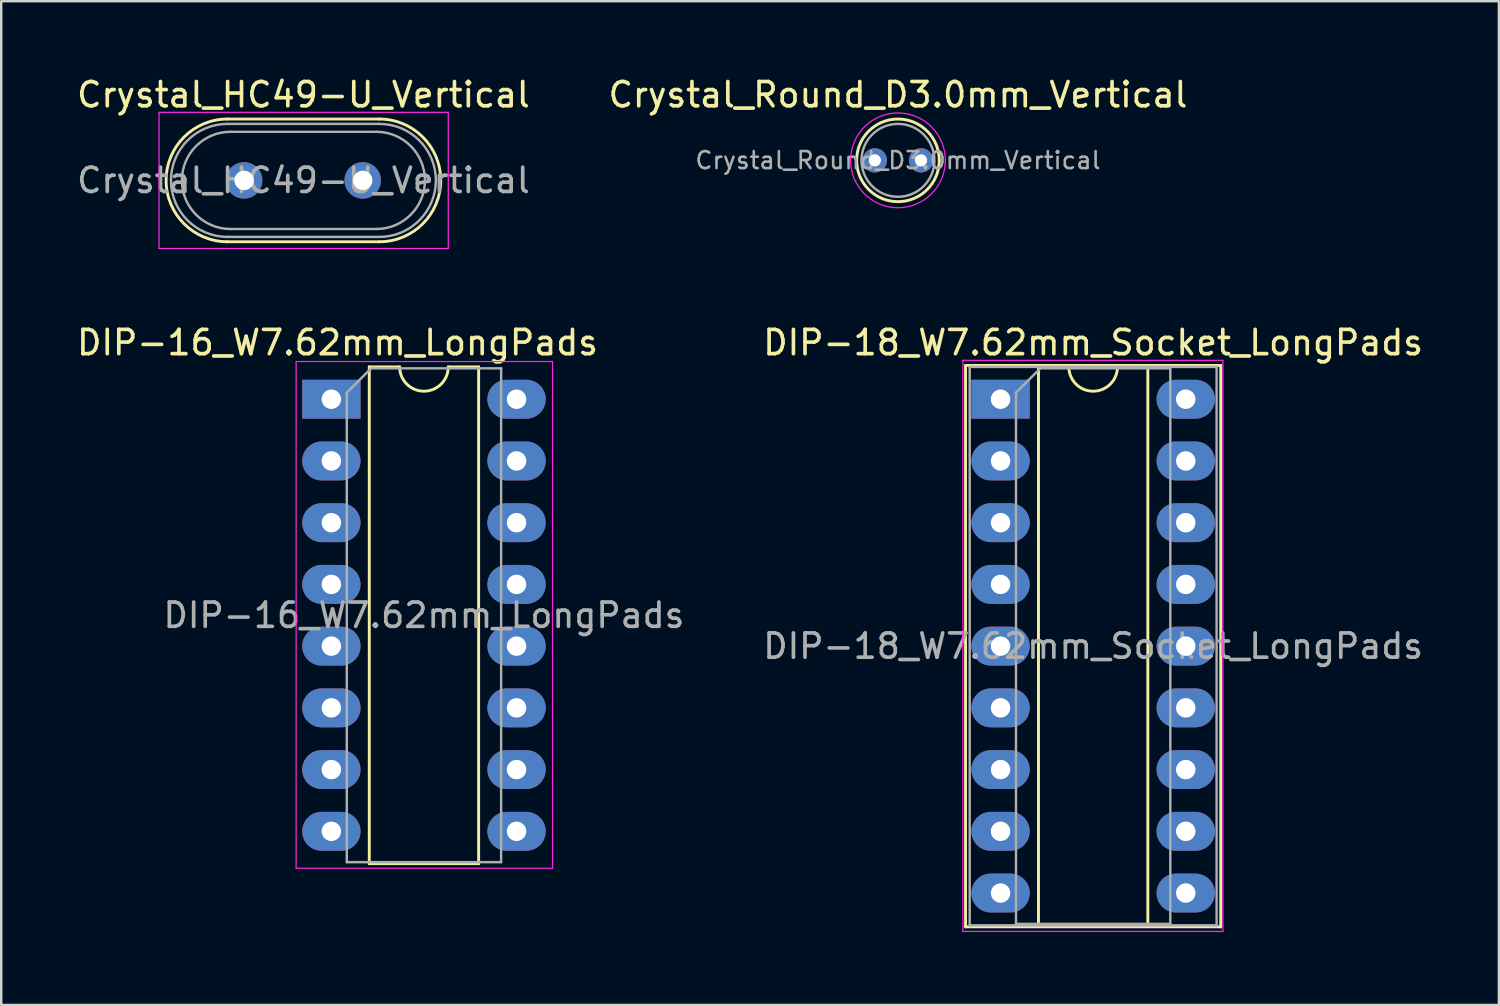
<source format=kicad_pcb>
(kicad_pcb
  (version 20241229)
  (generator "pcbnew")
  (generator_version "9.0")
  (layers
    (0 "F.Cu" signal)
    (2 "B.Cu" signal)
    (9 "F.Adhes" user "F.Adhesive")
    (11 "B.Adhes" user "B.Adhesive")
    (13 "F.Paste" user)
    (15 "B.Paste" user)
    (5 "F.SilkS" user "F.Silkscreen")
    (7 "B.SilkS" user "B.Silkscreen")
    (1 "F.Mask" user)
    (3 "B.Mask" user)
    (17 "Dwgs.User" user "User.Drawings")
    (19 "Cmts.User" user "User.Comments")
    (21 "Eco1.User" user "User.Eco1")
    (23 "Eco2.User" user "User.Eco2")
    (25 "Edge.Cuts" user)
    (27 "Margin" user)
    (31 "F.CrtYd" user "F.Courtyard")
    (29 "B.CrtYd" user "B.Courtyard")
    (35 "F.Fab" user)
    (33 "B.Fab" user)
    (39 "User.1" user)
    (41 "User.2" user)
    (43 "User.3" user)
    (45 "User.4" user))
  (footprint "DIP-16_W7.62mm_LongPads"
    (layer "F.Cu")
    (at 10.585 13.377)
    (property "Reference" "DIP-16_W7.62mm_LongPads" (at 0.254 -2.33 180) (layer "F.SilkS") (effects (font (size 1 1) (thickness 0.15))))
    (attr through_hole)
    (fp_line (start 1.56 -1.33) (end 1.56 19.11) (stroke (width 0.12) (type solid)) (layer "F.SilkS"))
    (fp_line (start 1.56 19.11) (end 6.06 19.11) (stroke (width 0.12) (type solid)) (layer "F.SilkS"))
    (fp_line (start 2.81 -1.33) (end 1.56 -1.33) (stroke (width 0.12) (type solid)) (layer "F.SilkS"))
    (fp_line (start 6.06 -1.33) (end 4.81 -1.33) (stroke (width 0.12) (type solid)) (layer "F.SilkS"))
    (fp_line (start 6.06 19.11) (end 6.06 -1.33) (stroke (width 0.12) (type solid)) (layer "F.SilkS"))
    (fp_arc (start 4.81 -1.33) (mid 3.81 -0.33) (end 2.81 -1.33) (stroke (width 0.12) (type solid)) (layer "F.SilkS"))
    (fp_line (start -1.45 -1.55) (end -1.45 19.3) (stroke (width 0.05) (type solid)) (layer "F.CrtYd"))
    (fp_line (start -1.45 19.3) (end 9.1 19.3) (stroke (width 0.05) (type solid)) (layer "F.CrtYd"))
    (fp_line (start 9.1 -1.55) (end -1.45 -1.55) (stroke (width 0.05) (type solid)) (layer "F.CrtYd"))
    (fp_line (start 9.1 19.3) (end 9.1 -1.55) (stroke (width 0.05) (type solid)) (layer "F.CrtYd"))
    (fp_line (start 0.635 -0.27) (end 1.635 -1.27) (stroke (width 0.1) (type solid)) (layer "F.Fab"))
    (fp_line (start 0.635 19.05) (end 0.635 -0.27) (stroke (width 0.1) (type solid)) (layer "F.Fab"))
    (fp_line (start 1.635 -1.27) (end 6.985 -1.27) (stroke (width 0.1) (type solid)) (layer "F.Fab"))
    (fp_line (start 6.985 -1.27) (end 6.985 19.05) (stroke (width 0.1) (type solid)) (layer "F.Fab"))
    (fp_line (start 6.985 19.05) (end 0.635 19.05) (stroke (width 0.1) (type solid)) (layer "F.Fab"))
    (fp_text user "${REFERENCE}" (at 3.81 8.89 180) (layer "F.Fab") (effects (font (size 1 1) (thickness 0.15))))
    (pad "1" thru_hole rect (at 0 0) (size 2.4 1.6) (drill 0.8) (layers "*.Cu" "*.Mask"))
    (pad "2" thru_hole oval (at 0 2.54) (size 2.4 1.6) (drill 0.8) (layers "*.Cu" "*.Mask"))
    (pad "3" thru_hole oval (at 0 5.08) (size 2.4 1.6) (drill 0.8) (layers "*.Cu" "*.Mask"))
    (pad "4" thru_hole oval (at 0 7.62) (size 2.4 1.6) (drill 0.8) (layers "*.Cu" "*.Mask"))
    (pad "5" thru_hole oval (at 0 10.16) (size 2.4 1.6) (drill 0.8) (layers "*.Cu" "*.Mask"))
    (pad "6" thru_hole oval (at 0 12.7) (size 2.4 1.6) (drill 0.8) (layers "*.Cu" "*.Mask"))
    (pad "7" thru_hole oval (at 0 15.24) (size 2.4 1.6) (drill 0.8) (layers "*.Cu" "*.Mask"))
    (pad "8" thru_hole oval (at 0 17.78) (size 2.4 1.6) (drill 0.8) (layers "*.Cu" "*.Mask"))
    (pad "9" thru_hole oval (at 7.62 17.78) (size 2.4 1.6) (drill 0.8) (layers "*.Cu" "*.Mask"))
    (pad "10" thru_hole oval (at 7.62 15.24) (size 2.4 1.6) (drill 0.8) (layers "*.Cu" "*.Mask"))
    (pad "11" thru_hole oval (at 7.62 12.7) (size 2.4 1.6) (drill 0.8) (layers "*.Cu" "*.Mask"))
    (pad "12" thru_hole oval (at 7.62 10.16) (size 2.4 1.6) (drill 0.8) (layers "*.Cu" "*.Mask"))
    (pad "13" thru_hole oval (at 7.62 7.62) (size 2.4 1.6) (drill 0.8) (layers "*.Cu" "*.Mask"))
    (pad "14" thru_hole oval (at 7.62 5.08) (size 2.4 1.6) (drill 0.8) (layers "*.Cu" "*.Mask"))
    (pad "15" thru_hole oval (at 7.62 2.54) (size 2.4 1.6) (drill 0.8) (layers "*.Cu" "*.Mask"))
    (pad "16" thru_hole oval (at 7.62 0) (size 2.4 1.6) (drill 0.8) (layers "*.Cu" "*.Mask")))
  (footprint "Crystal_Round_D3.0mm_Vertical"
    (layer "F.Cu")
    (at 32.949 3.548)
    (property "Reference" "Crystal_Round_D3.0mm_Vertical" (at 0.95 -2.7 0) (layer "F.SilkS") (effects (font (size 1 1) (thickness 0.15))))
    (attr through_hole)
    (fp_arc (start -0.75 0) (mid 0.95 -1.7) (end 2.65 0) (stroke (width 0.12) (type solid)) (layer "F.SilkS"))
    (fp_arc (start 2.65 0) (mid 0.95 1.7) (end -0.75 0) (stroke (width 0.12) (type solid)) (layer "F.SilkS"))
    (fp_circle (center 0.95 0) (end 2.9 0) (stroke (width 0.05) (type solid)) (fill no) (layer "F.CrtYd"))
    (fp_circle (center 0.95 0) (end 2.45 0) (stroke (width 0.1) (type solid)) (fill no) (layer "F.Fab"))
    (fp_text user "${REFERENCE}" (at 0.95 0 0) (layer "F.Fab") (effects (font (size 0.7 0.7) (thickness 0.105))))
    (pad "1" thru_hole circle (at 0 0) (size 1 1) (drill 0.5) (layers "*.Cu" "*.Mask"))
    (pad "2" thru_hole circle (at 1.9 0) (size 1 1) (drill 0.5) (layers "*.Cu" "*.Mask")))
  (footprint "Crystal_HC49-U_Vertical"
    (layer "F.Cu")
    (at 6.995 4.373)
    (property "Reference" "Crystal_HC49-U_Vertical" (at 2.44 -3.525 0) (layer "F.SilkS") (effects (font (size 1 1) (thickness 0.15))))
    (attr through_hole)
    (fp_line (start -0.685 -2.525) (end 5.565 -2.525) (stroke (width 0.12) (type solid)) (layer "F.SilkS"))
    (fp_line (start -0.685 2.525) (end 5.565 2.525) (stroke (width 0.12) (type solid)) (layer "F.SilkS"))
    (fp_arc (start -0.685 2.525) (mid -3.21 0) (end -0.685 -2.525) (stroke (width 0.12) (type solid)) (layer "F.SilkS"))
    (fp_arc (start 5.565 -2.525) (mid 8.09 0) (end 5.565 2.525) (stroke (width 0.12) (type solid)) (layer "F.SilkS"))
    (fp_line (start -3.5 -2.8) (end -3.5 2.8) (stroke (width 0.05) (type solid)) (layer "F.CrtYd"))
    (fp_line (start -3.5 2.8) (end 8.4 2.8) (stroke (width 0.05) (type solid)) (layer "F.CrtYd"))
    (fp_line (start 8.4 -2.8) (end -3.5 -2.8) (stroke (width 0.05) (type solid)) (layer "F.CrtYd"))
    (fp_line (start 8.4 2.8) (end 8.4 -2.8) (stroke (width 0.05) (type solid)) (layer "F.CrtYd"))
    (fp_line (start -0.685 -2.325) (end 5.565 -2.325) (stroke (width 0.1) (type solid)) (layer "F.Fab"))
    (fp_line (start -0.685 2.325) (end 5.565 2.325) (stroke (width 0.1) (type solid)) (layer "F.Fab"))
    (fp_line (start -0.56 -2) (end 5.44 -2) (stroke (width 0.1) (type solid)) (layer "F.Fab"))
    (fp_line (start -0.56 2) (end 5.44 2) (stroke (width 0.1) (type solid)) (layer "F.Fab"))
    (fp_arc (start -0.685 2.325) (mid -3.01 0) (end -0.685 -2.325) (stroke (width 0.1) (type solid)) (layer "F.Fab"))
    (fp_arc (start -0.56 2) (mid -2.56 0) (end -0.56 -2) (stroke (width 0.1) (type solid)) (layer "F.Fab"))
    (fp_arc (start 5.44 -2) (mid 7.44 0) (end 5.44 2) (stroke (width 0.1) (type solid)) (layer "F.Fab"))
    (fp_arc (start 5.565 -2.325) (mid 7.89 0) (end 5.565 2.325) (stroke (width 0.1) (type solid)) (layer "F.Fab"))
    (fp_text user "${REFERENCE}" (at 2.44 0 0) (layer "F.Fab") (effects (font (size 1 1) (thickness 0.15))))
    (pad "1" thru_hole circle (at 0 0) (size 1.5 1.5) (drill 0.8) (layers "*.Cu" "*.Mask"))
    (pad "2" thru_hole circle (at 4.88 0) (size 1.5 1.5) (drill 0.8) (layers "*.Cu" "*.Mask")))
  (footprint "DIP-18_W7.62mm_Socket_LongPads"
    (layer "F.Cu")
    (at 38.121 13.377)
    (property "Reference" "DIP-18_W7.62mm_Socket_LongPads" (at 3.81 -2.33 180) (layer "F.SilkS") (effects (font (size 1 1) (thickness 0.15))))
    (attr through_hole)
    (fp_line (start -1.44 -1.39) (end -1.44 21.71) (stroke (width 0.12) (type solid)) (layer "F.SilkS"))
    (fp_line (start -1.44 21.71) (end 9.06 21.71) (stroke (width 0.12) (type solid)) (layer "F.SilkS"))
    (fp_line (start 1.56 -1.33) (end 1.56 21.65) (stroke (width 0.12) (type solid)) (layer "F.SilkS"))
    (fp_line (start 1.56 21.65) (end 6.06 21.65) (stroke (width 0.12) (type solid)) (layer "F.SilkS"))
    (fp_line (start 2.81 -1.33) (end 1.56 -1.33) (stroke (width 0.12) (type solid)) (layer "F.SilkS"))
    (fp_line (start 6.06 -1.33) (end 4.81 -1.33) (stroke (width 0.12) (type solid)) (layer "F.SilkS"))
    (fp_line (start 6.06 21.65) (end 6.06 -1.33) (stroke (width 0.12) (type solid)) (layer "F.SilkS"))
    (fp_line (start 9.06 -1.39) (end -1.44 -1.39) (stroke (width 0.12) (type solid)) (layer "F.SilkS"))
    (fp_line (start 9.06 21.71) (end 9.06 -1.39) (stroke (width 0.12) (type solid)) (layer "F.SilkS"))
    (fp_arc (start 4.81 -1.33) (mid 3.81 -0.33) (end 2.81 -1.33) (stroke (width 0.12) (type solid)) (layer "F.SilkS"))
    (fp_line (start -1.55 -1.6) (end -1.55 21.9) (stroke (width 0.05) (type solid)) (layer "F.CrtYd"))
    (fp_line (start -1.55 21.9) (end 9.15 21.9) (stroke (width 0.05) (type solid)) (layer "F.CrtYd"))
    (fp_line (start 9.15 -1.6) (end -1.55 -1.6) (stroke (width 0.05) (type solid)) (layer "F.CrtYd"))
    (fp_line (start 9.15 21.9) (end 9.15 -1.6) (stroke (width 0.05) (type solid)) (layer "F.CrtYd"))
    (fp_line (start -1.27 -1.33) (end -1.27 21.65) (stroke (width 0.1) (type solid)) (layer "F.Fab"))
    (fp_line (start -1.27 21.65) (end 8.89 21.65) (stroke (width 0.1) (type solid)) (layer "F.Fab"))
    (fp_line (start 0.635 -0.27) (end 1.635 -1.27) (stroke (width 0.1) (type solid)) (layer "F.Fab"))
    (fp_line (start 0.635 21.59) (end 0.635 -0.27) (stroke (width 0.1) (type solid)) (layer "F.Fab"))
    (fp_line (start 1.635 -1.27) (end 6.985 -1.27) (stroke (width 0.1) (type solid)) (layer "F.Fab"))
    (fp_line (start 6.985 -1.27) (end 6.985 21.59) (stroke (width 0.1) (type solid)) (layer "F.Fab"))
    (fp_line (start 6.985 21.59) (end 0.635 21.59) (stroke (width 0.1) (type solid)) (layer "F.Fab"))
    (fp_line (start 8.89 -1.33) (end -1.27 -1.33) (stroke (width 0.1) (type solid)) (layer "F.Fab"))
    (fp_line (start 8.89 21.65) (end 8.89 -1.33) (stroke (width 0.1) (type solid)) (layer "F.Fab"))
    (fp_text user "${REFERENCE}" (at 3.81 10.16 180) (layer "F.Fab") (effects (font (size 1 1) (thickness 0.15))))
    (pad "1" thru_hole rect (at 0 0) (size 2.4 1.6) (drill 0.8) (layers "*.Cu" "*.Mask"))
    (pad "2" thru_hole oval (at 0 2.54) (size 2.4 1.6) (drill 0.8) (layers "*.Cu" "*.Mask"))
    (pad "3" thru_hole oval (at 0 5.08) (size 2.4 1.6) (drill 0.8) (layers "*.Cu" "*.Mask"))
    (pad "4" thru_hole oval (at 0 7.62) (size 2.4 1.6) (drill 0.8) (layers "*.Cu" "*.Mask"))
    (pad "5" thru_hole oval (at 0 10.16) (size 2.4 1.6) (drill 0.8) (layers "*.Cu" "*.Mask"))
    (pad "6" thru_hole oval (at 0 12.7) (size 2.4 1.6) (drill 0.8) (layers "*.Cu" "*.Mask"))
    (pad "7" thru_hole oval (at 0 15.24) (size 2.4 1.6) (drill 0.8) (layers "*.Cu" "*.Mask"))
    (pad "8" thru_hole oval (at 0 17.78) (size 2.4 1.6) (drill 0.8) (layers "*.Cu" "*.Mask"))
    (pad "9" thru_hole oval (at 0 20.32) (size 2.4 1.6) (drill 0.8) (layers "*.Cu" "*.Mask"))
    (pad "10" thru_hole oval (at 7.62 20.32) (size 2.4 1.6) (drill 0.8) (layers "*.Cu" "*.Mask"))
    (pad "11" thru_hole oval (at 7.62 17.78) (size 2.4 1.6) (drill 0.8) (layers "*.Cu" "*.Mask"))
    (pad "12" thru_hole oval (at 7.62 15.24) (size 2.4 1.6) (drill 0.8) (layers "*.Cu" "*.Mask"))
    (pad "13" thru_hole oval (at 7.62 12.7) (size 2.4 1.6) (drill 0.8) (layers "*.Cu" "*.Mask"))
    (pad "14" thru_hole oval (at 7.62 10.16) (size 2.4 1.6) (drill 0.8) (layers "*.Cu" "*.Mask"))
    (pad "15" thru_hole oval (at 7.62 7.62) (size 2.4 1.6) (drill 0.8) (layers "*.Cu" "*.Mask"))
    (pad "16" thru_hole oval (at 7.62 5.08) (size 2.4 1.6) (drill 0.8) (layers "*.Cu" "*.Mask"))
    (pad "17" thru_hole oval (at 7.62 2.54) (size 2.4 1.6) (drill 0.8) (layers "*.Cu" "*.Mask"))
    (pad "18" thru_hole oval (at 7.62 0) (size 2.4 1.6) (drill 0.8) (layers "*.Cu" "*.Mask")))
  (gr_rect
    (start -3 -3)
    (end 58.627 38.301)
    (stroke (width 0.1) (type default))
    (fill no)
    (layer "Edge.Cuts")))
</source>
